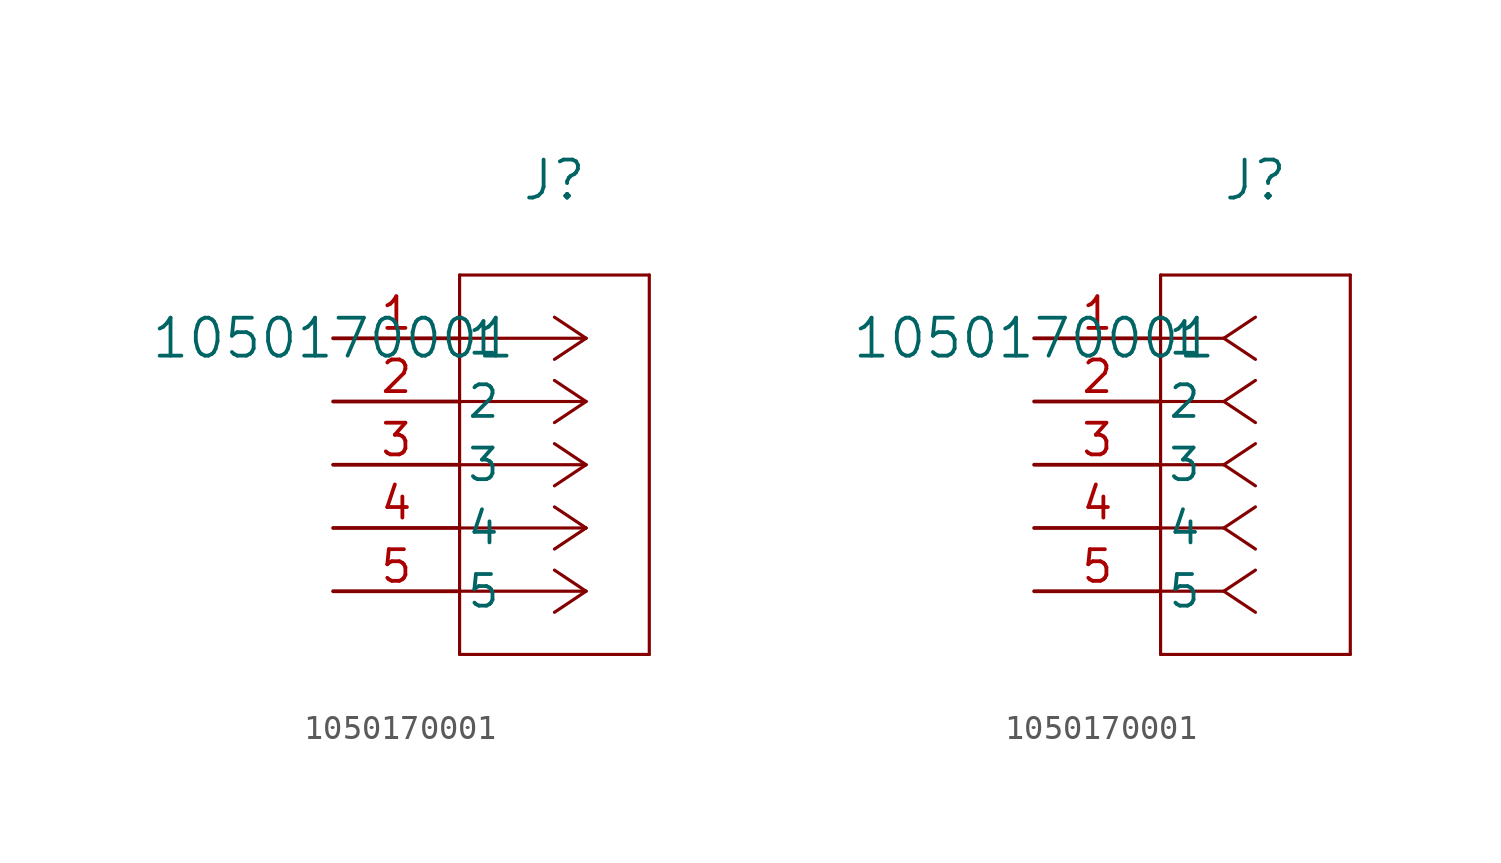
<source format=kicad_sym>
(kicad_symbol_lib
  (version 20211014)
  (generator kicad_symbol_editor)
  (symbol "1050170001"
    (pin_names
      (offset 0.254))
    (property "Reference" "J"
      (at 8.89 6.35 0)
      (effects (font (size 1.524 1.524))))
    (property "Value" "1050170001"
      (at 0 0 0)
      (effects (font (size 1.524 1.524))))
    (symbol "1050170001_1_1"
      (polyline (pts (xy 10.16 0) (xy 5.08 0)) (stroke (width 0.127) (type default) (color 0 0 0 0)) (fill (type none)))
      (polyline (pts (xy 10.16 -2.54) (xy 5.08 -2.54)) (stroke (width 0.127) (type default) (color 0 0 0 0)) (fill (type none)))
      (polyline (pts (xy 10.16 -5.08) (xy 5.08 -5.08)) (stroke (width 0.127) (type default) (color 0 0 0 0)) (fill (type none)))
      (polyline (pts (xy 10.16 -7.62) (xy 5.08 -7.62)) (stroke (width 0.127) (type default) (color 0 0 0 0)) (fill (type none)))
      (polyline (pts (xy 10.16 -10.16) (xy 5.08 -10.16)) (stroke (width 0.127) (type default) (color 0 0 0 0)) (fill (type none)))
      (polyline (pts (xy 10.16 0) (xy 8.89 0.847)) (stroke (width 0.127) (type default) (color 0 0 0 0)) (fill (type none)))
      (polyline (pts (xy 10.16 -2.54) (xy 8.89 -1.693)) (stroke (width 0.127) (type default) (color 0 0 0 0)) (fill (type none)))
      (polyline (pts (xy 10.16 -5.08) (xy 8.89 -4.233)) (stroke (width 0.127) (type default) (color 0 0 0 0)) (fill (type none)))
      (polyline (pts (xy 10.16 -7.62) (xy 8.89 -6.773)) (stroke (width 0.127) (type default) (color 0 0 0 0)) (fill (type none)))
      (polyline (pts (xy 10.16 -10.16) (xy 8.89 -9.313)) (stroke (width 0.127) (type default) (color 0 0 0 0)) (fill (type none)))
      (polyline (pts (xy 10.16 0) (xy 8.89 -0.847)) (stroke (width 0.127) (type default) (color 0 0 0 0)) (fill (type none)))
      (polyline (pts (xy 10.16 -2.54) (xy 8.89 -3.387)) (stroke (width 0.127) (type default) (color 0 0 0 0)) (fill (type none)))
      (polyline (pts (xy 10.16 -5.08) (xy 8.89 -5.927)) (stroke (width 0.127) (type default) (color 0 0 0 0)) (fill (type none)))
      (polyline (pts (xy 10.16 -7.62) (xy 8.89 -8.467)) (stroke (width 0.127) (type default) (color 0 0 0 0)) (fill (type none)))
      (polyline (pts (xy 10.16 -10.16) (xy 8.89 -11.007)) (stroke (width 0.127) (type default) (color 0 0 0 0)) (fill (type none)))
      (polyline (pts (xy 5.08 2.54) (xy 5.08 -12.7)) (stroke (width 0.127) (type default) (color 0 0 0 0)) (fill (type none)))
      (polyline (pts (xy 5.08 -12.7) (xy 12.7 -12.7)) (stroke (width 0.127) (type default) (color 0 0 0 0)) (fill (type none)))
      (polyline (pts (xy 12.7 -12.7) (xy 12.7 2.54)) (stroke (width 0.127) (type default) (color 0 0 0 0)) (fill (type none)))
      (polyline (pts (xy 12.7 2.54) (xy 5.08 2.54)) (stroke (width 0.127) (type default) (color 0 0 0 0)) (fill (type none)))
      (pin unspecified line (at 0 0 0) (length 5.08) (name "1" (effects (font (size 1.27 1.27)))) (number "1" (effects (font (size 1.27 1.27)))))
      (pin unspecified line (at 0 -2.54 0) (length 5.08) (name "2" (effects (font (size 1.27 1.27)))) (number "2" (effects (font (size 1.27 1.27)))))
      (pin unspecified line (at 0 -5.08 0) (length 5.08) (name "3" (effects (font (size 1.27 1.27)))) (number "3" (effects (font (size 1.27 1.27)))))
      (pin unspecified line (at 0 -7.62 0) (length 5.08) (name "4" (effects (font (size 1.27 1.27)))) (number "4" (effects (font (size 1.27 1.27)))))
      (pin unspecified line (at 0 -10.16 0) (length 5.08) (name "5" (effects (font (size 1.27 1.27)))) (number "5" (effects (font (size 1.27 1.27))))))
    (symbol "1050170001_1_2"
      (polyline (pts (xy 7.62 0) (xy 5.08 0)) (stroke (width 0.127) (type default) (color 0 0 0 0)) (fill (type none)))
      (polyline (pts (xy 7.62 -2.54) (xy 5.08 -2.54)) (stroke (width 0.127) (type default) (color 0 0 0 0)) (fill (type none)))
      (polyline (pts (xy 7.62 -5.08) (xy 5.08 -5.08)) (stroke (width 0.127) (type default) (color 0 0 0 0)) (fill (type none)))
      (polyline (pts (xy 7.62 -7.62) (xy 5.08 -7.62)) (stroke (width 0.127) (type default) (color 0 0 0 0)) (fill (type none)))
      (polyline (pts (xy 7.62 -10.16) (xy 5.08 -10.16)) (stroke (width 0.127) (type default) (color 0 0 0 0)) (fill (type none)))
      (polyline (pts (xy 7.62 0) (xy 8.89 0.847)) (stroke (width 0.127) (type default) (color 0 0 0 0)) (fill (type none)))
      (polyline (pts (xy 7.62 -2.54) (xy 8.89 -1.693)) (stroke (width 0.127) (type default) (color 0 0 0 0)) (fill (type none)))
      (polyline (pts (xy 7.62 -5.08) (xy 8.89 -4.233)) (stroke (width 0.127) (type default) (color 0 0 0 0)) (fill (type none)))
      (polyline (pts (xy 7.62 -7.62) (xy 8.89 -6.773)) (stroke (width 0.127) (type default) (color 0 0 0 0)) (fill (type none)))
      (polyline (pts (xy 7.62 -10.16) (xy 8.89 -9.313)) (stroke (width 0.127) (type default) (color 0 0 0 0)) (fill (type none)))
      (polyline (pts (xy 7.62 0) (xy 8.89 -0.847)) (stroke (width 0.127) (type default) (color 0 0 0 0)) (fill (type none)))
      (polyline (pts (xy 7.62 -2.54) (xy 8.89 -3.387)) (stroke (width 0.127) (type default) (color 0 0 0 0)) (fill (type none)))
      (polyline (pts (xy 7.62 -5.08) (xy 8.89 -5.927)) (stroke (width 0.127) (type default) (color 0 0 0 0)) (fill (type none)))
      (polyline (pts (xy 7.62 -7.62) (xy 8.89 -8.467)) (stroke (width 0.127) (type default) (color 0 0 0 0)) (fill (type none)))
      (polyline (pts (xy 7.62 -10.16) (xy 8.89 -11.007)) (stroke (width 0.127) (type default) (color 0 0 0 0)) (fill (type none)))
      (polyline (pts (xy 5.08 2.54) (xy 5.08 -12.7)) (stroke (width 0.127) (type default) (color 0 0 0 0)) (fill (type none)))
      (polyline (pts (xy 5.08 -12.7) (xy 12.7 -12.7)) (stroke (width 0.127) (type default) (color 0 0 0 0)) (fill (type none)))
      (polyline (pts (xy 12.7 -12.7) (xy 12.7 2.54)) (stroke (width 0.127) (type default) (color 0 0 0 0)) (fill (type none)))
      (polyline (pts (xy 12.7 2.54) (xy 5.08 2.54)) (stroke (width 0.127) (type default) (color 0 0 0 0)) (fill (type none)))
      (pin unspecified line (at 0 0 0) (length 5.08) (name "1" (effects (font (size 1.27 1.27)))) (number "1" (effects (font (size 1.27 1.27)))))
      (pin unspecified line (at 0 -2.54 0) (length 5.08) (name "2" (effects (font (size 1.27 1.27)))) (number "2" (effects (font (size 1.27 1.27)))))
      (pin unspecified line (at 0 -5.08 0) (length 5.08) (name "3" (effects (font (size 1.27 1.27)))) (number "3" (effects (font (size 1.27 1.27)))))
      (pin unspecified line (at 0 -7.62 0) (length 5.08) (name "4" (effects (font (size 1.27 1.27)))) (number "4" (effects (font (size 1.27 1.27)))))
      (pin unspecified line (at 0 -10.16 0) (length 5.08) (name "5" (effects (font (size 1.27 1.27)))) (number "5" (effects (font (size 1.27 1.27))))))))
</source>
